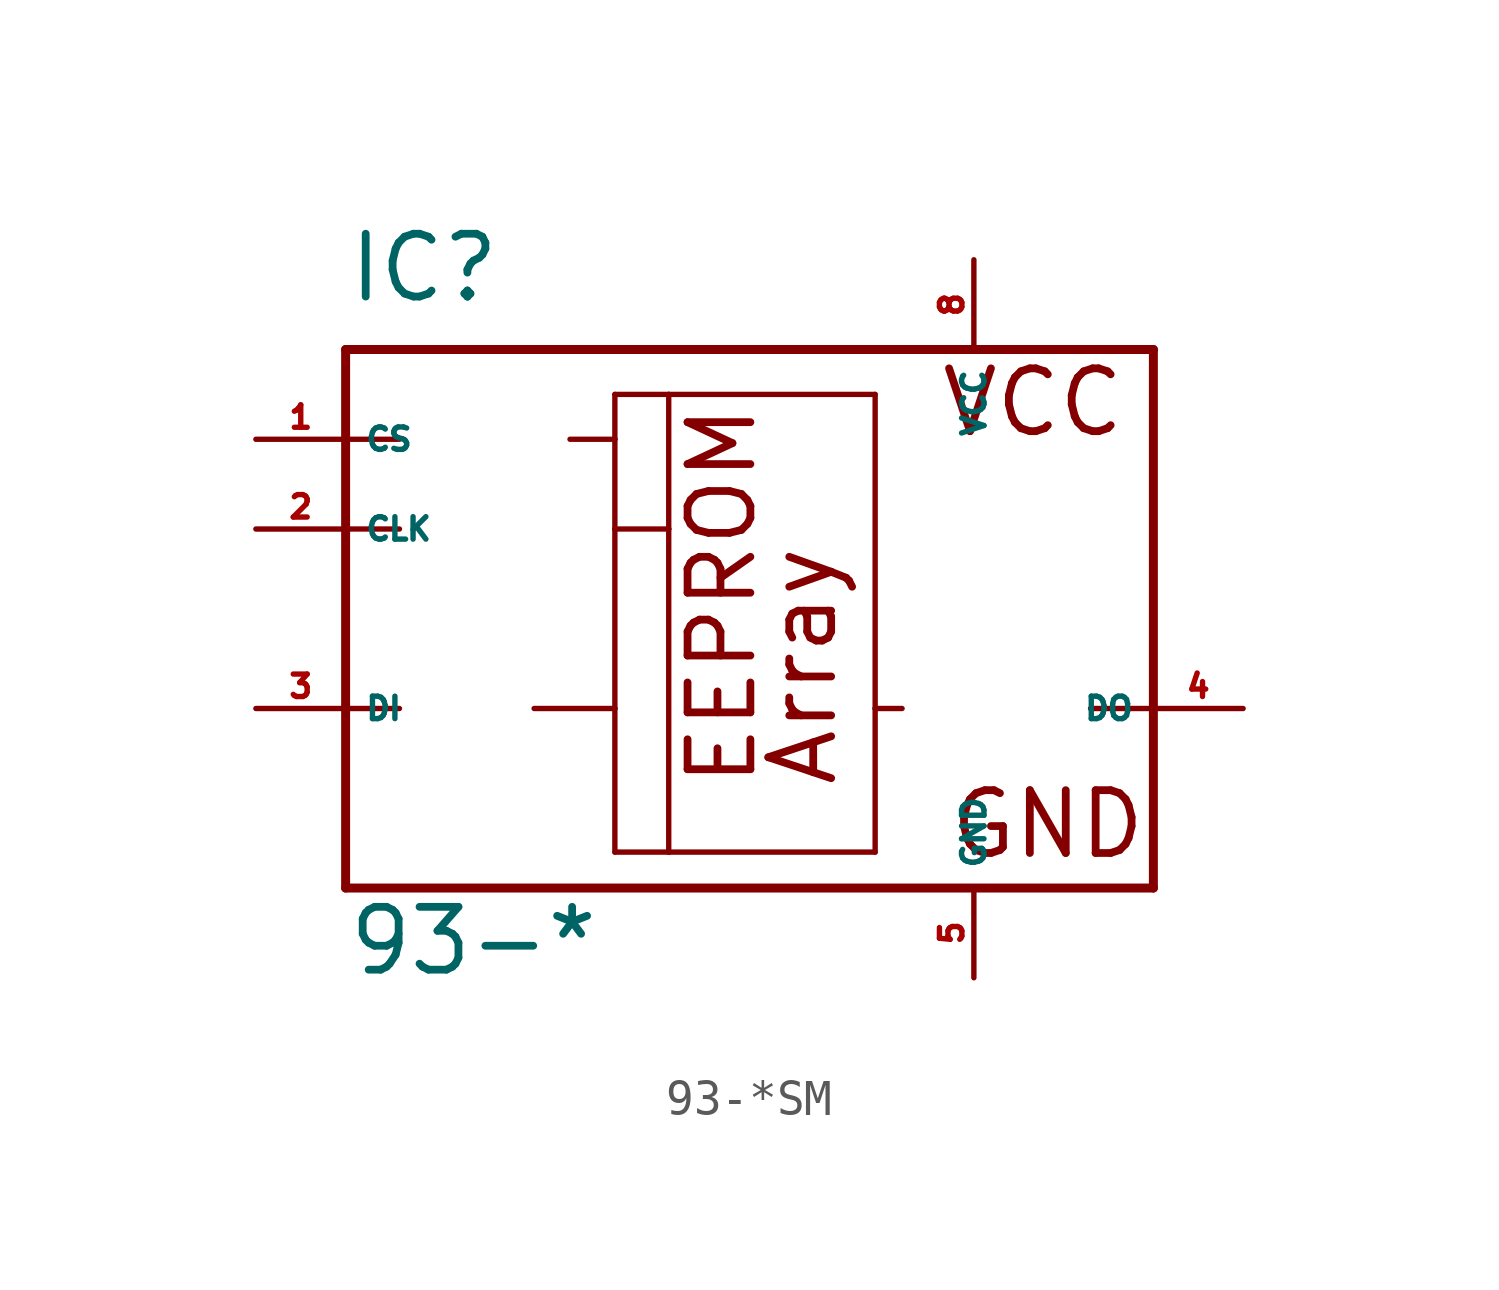
<source format=kicad_sym>
(kicad_symbol_lib
  (version 20220914)
  (generator Eagle2Kicad)
  (symbol "93-*SM"
    (property "Reference" "IC"
      (at -10.16 8.89 0)
      (effects (font (size 1.778 1.778) (thickness 0.22)) (justify left bottom)))
    (property "Value" "93-*"
      (at -10.16 -10.16 0)
      (effects (font (size 1.778 1.778) (thickness 0.22)) (justify left bottom)))
    (polyline
      (pts (xy -10.16 7.62) (xy 12.7 7.62))
      (stroke (width 0.254) (type default))
      (fill (type none)))
    (polyline
      (pts (xy 12.7 7.62) (xy 12.7 -2.54))
      (stroke (width 0.254) (type default))
      (fill (type none)))
    (polyline
      (pts (xy 12.7 -2.54) (xy 12.7 -7.62))
      (stroke (width 0.254) (type default))
      (fill (type none)))
    (polyline
      (pts (xy 12.7 -7.62) (xy -10.16 -7.62))
      (stroke (width 0.254) (type default))
      (fill (type none)))
    (polyline
      (pts (xy -10.16 -7.62) (xy -10.16 -2.54))
      (stroke (width 0.254) (type default))
      (fill (type none)))
    (polyline
      (pts (xy -10.16 -2.54) (xy -10.16 2.54))
      (stroke (width 0.254) (type default))
      (fill (type none)))
    (polyline
      (pts (xy -10.16 2.54) (xy -10.16 5.08))
      (stroke (width 0.254) (type default))
      (fill (type none)))
    (polyline
      (pts (xy -10.16 5.08) (xy -10.16 7.62))
      (stroke (width 0.254) (type default))
      (fill (type none)))
    (polyline
      (pts (xy -2.54 6.35) (xy -1.016 6.35))
      (stroke (width 0.152) (type default))
      (fill (type none)))
    (polyline
      (pts (xy -1.016 6.35) (xy 4.826 6.35))
      (stroke (width 0.152) (type default))
      (fill (type none)))
    (polyline
      (pts (xy 4.826 6.35) (xy 4.826 -2.54))
      (stroke (width 0.152) (type default))
      (fill (type none)))
    (polyline
      (pts (xy 4.826 -2.54) (xy 4.826 -6.604))
      (stroke (width 0.152) (type default))
      (fill (type none)))
    (polyline
      (pts (xy 4.826 -6.604) (xy -1.016 -6.604))
      (stroke (width 0.152) (type default))
      (fill (type none)))
    (polyline
      (pts (xy -1.016 -6.604) (xy -2.54 -6.604))
      (stroke (width 0.152) (type default))
      (fill (type none)))
    (polyline
      (pts (xy -2.54 -6.604) (xy -2.54 -2.54))
      (stroke (width 0.152) (type default))
      (fill (type none)))
    (polyline
      (pts (xy -2.54 -2.54) (xy -2.54 2.54))
      (stroke (width 0.152) (type default))
      (fill (type none)))
    (polyline
      (pts (xy -2.54 2.54) (xy -2.54 5.08))
      (stroke (width 0.152) (type default))
      (fill (type none)))
    (polyline
      (pts (xy -2.54 5.08) (xy -2.54 6.35))
      (stroke (width 0.152) (type default))
      (fill (type none)))
    (polyline
      (pts (xy -4.826 -2.54) (xy -2.54 -2.54))
      (stroke (width 0.152) (type default))
      (fill (type none)))
    (polyline
      (pts (xy -10.16 2.54) (xy -8.636 2.54))
      (stroke (width 0.152) (type default))
      (fill (type none)))
    (polyline
      (pts (xy -10.16 -2.54) (xy -8.636 -2.54))
      (stroke (width 0.152) (type default))
      (fill (type none)))
    (polyline
      (pts (xy 12.7 -2.54) (xy 10.922 -2.54))
      (stroke (width 0.152) (type default))
      (fill (type none)))
    (polyline
      (pts (xy 5.588 -2.54) (xy 4.826 -2.54))
      (stroke (width 0.152) (type default))
      (fill (type none)))
    (polyline
      (pts (xy -1.016 6.35) (xy -1.016 2.54))
      (stroke (width 0.152) (type default))
      (fill (type none)))
    (polyline
      (pts (xy -1.016 2.54) (xy -1.016 -6.604))
      (stroke (width 0.152) (type default))
      (fill (type none)))
    (polyline
      (pts (xy -10.16 5.08) (xy -8.636 5.08))
      (stroke (width 0.152) (type default))
      (fill (type none)))
    (polyline
      (pts (xy -3.81 5.08) (xy -2.54 5.08))
      (stroke (width 0.152) (type default))
      (fill (type none)))
    (polyline
      (pts (xy -1.016 2.54) (xy -2.54 2.54))
      (stroke (width 0.152) (type default))
      (fill (type none)))
    (text "Array"
      (at 3.81 -4.826 900)
      (effects (font (size 1.778 1.778) (thickness 0.22)) (justify left bottom)))
    (text "VCC"
      (at 6.604 5.08 0)
      (effects (font (size 1.778 1.778) (thickness 0.22)) (justify left bottom)))
    (text "GND"
      (at 6.858 -6.858 0)
      (effects (font (size 1.778 1.778) (thickness 0.22)) (justify left bottom)))
    (text "EEPROM"
      (at 1.524 -4.826 900)
      (effects (font (size 1.778 1.778) (thickness 0.22)) (justify left bottom)))
    (pin unspecified line
      (at 7.62 10.16 270)
      (length 2.54)
      (name "VCC" (effects (font (size 0.635 0.635) (thickness 0.08)) (justify left bottom)))
      (number "8" (effects (font (size 0.635 0.635) (thickness 0.08)) (justify left bottom))))
    (pin unspecified line
      (at 7.62 -10.16 90)
      (length 2.54)
      (name "GND" (effects (font (size 0.635 0.635) (thickness 0.08)) (justify left bottom)))
      (number "5" (effects (font (size 0.635 0.635) (thickness 0.08)) (justify left bottom))))
    (pin tri_state line
      (at 15.24 -2.54 180)
      (length 2.54)
      (name "DO" (effects (font (size 0.635 0.635) (thickness 0.08)) (justify left bottom)))
      (number "4" (effects (font (size 0.635 0.635) (thickness 0.08)) (justify left bottom))))
    (pin input line
      (at -12.7 -2.54 0)
      (length 2.54)
      (name "DI" (effects (font (size 0.635 0.635) (thickness 0.08)) (justify left bottom)))
      (number "3" (effects (font (size 0.635 0.635) (thickness 0.08)) (justify left bottom))))
    (pin input line
      (at -12.7 2.54 0)
      (length 2.54)
      (name "CLK" (effects (font (size 0.635 0.635) (thickness 0.08)) (justify left bottom)))
      (number "2" (effects (font (size 0.635 0.635) (thickness 0.08)) (justify left bottom))))
    (pin input line
      (at -12.7 5.08 0)
      (length 2.54)
      (name "CS" (effects (font (size 0.635 0.635) (thickness 0.08)) (justify left bottom)))
      (number "1" (effects (font (size 0.635 0.635) (thickness 0.08)) (justify left bottom))))))
</source>
